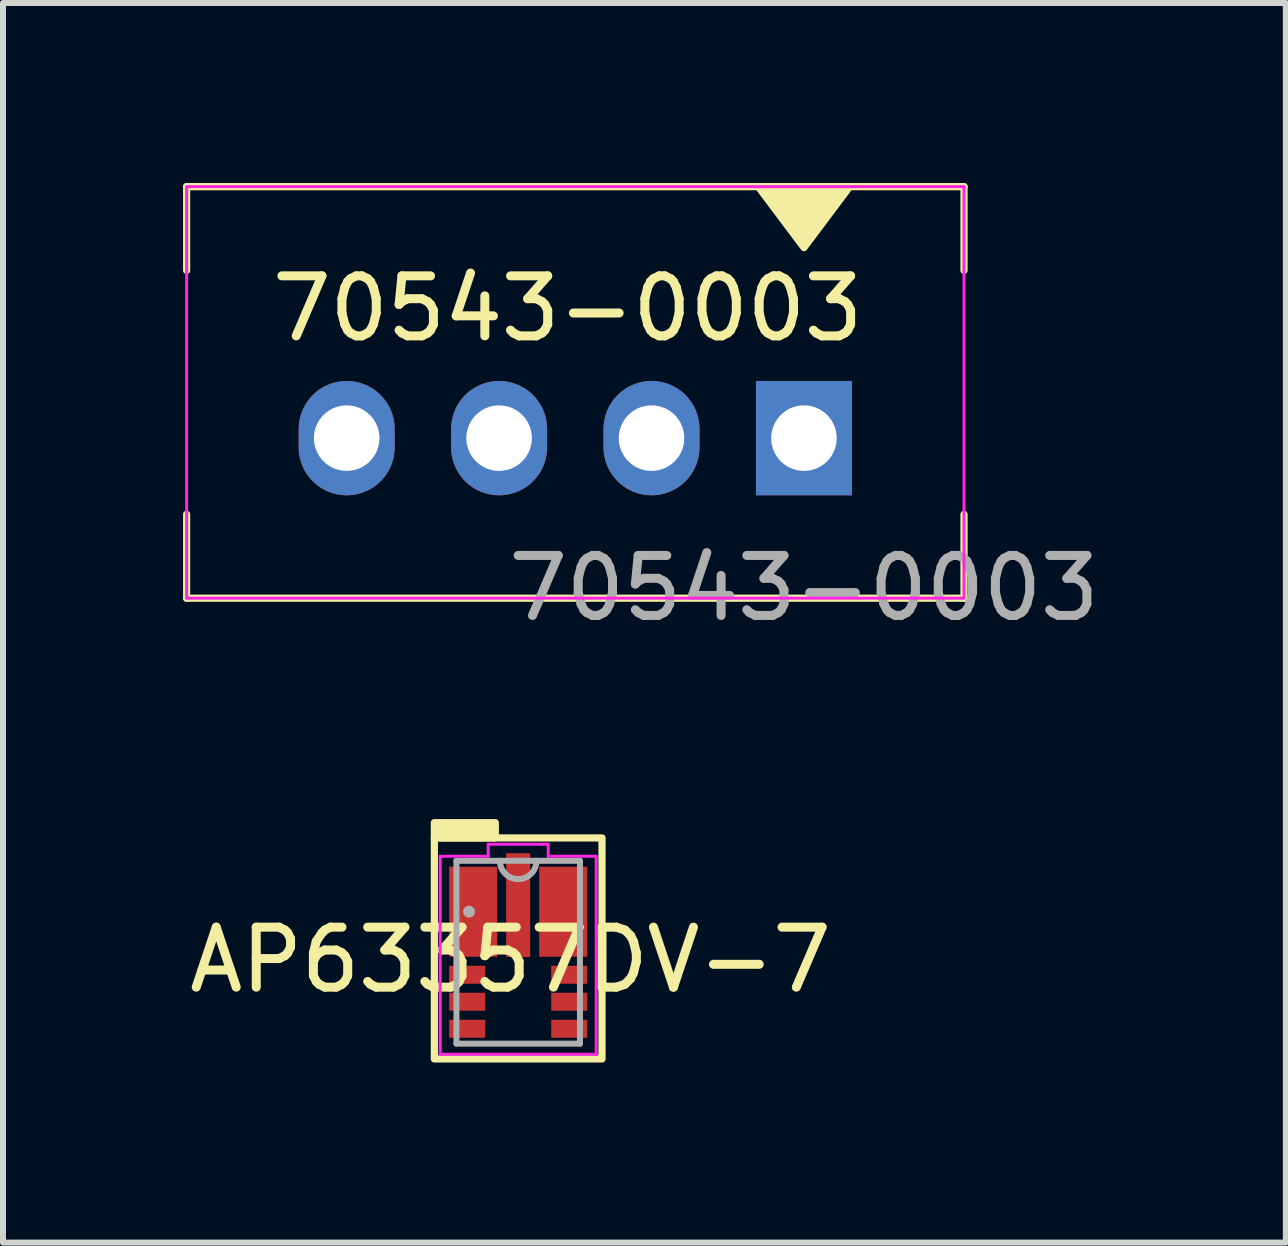
<source format=kicad_pcb>
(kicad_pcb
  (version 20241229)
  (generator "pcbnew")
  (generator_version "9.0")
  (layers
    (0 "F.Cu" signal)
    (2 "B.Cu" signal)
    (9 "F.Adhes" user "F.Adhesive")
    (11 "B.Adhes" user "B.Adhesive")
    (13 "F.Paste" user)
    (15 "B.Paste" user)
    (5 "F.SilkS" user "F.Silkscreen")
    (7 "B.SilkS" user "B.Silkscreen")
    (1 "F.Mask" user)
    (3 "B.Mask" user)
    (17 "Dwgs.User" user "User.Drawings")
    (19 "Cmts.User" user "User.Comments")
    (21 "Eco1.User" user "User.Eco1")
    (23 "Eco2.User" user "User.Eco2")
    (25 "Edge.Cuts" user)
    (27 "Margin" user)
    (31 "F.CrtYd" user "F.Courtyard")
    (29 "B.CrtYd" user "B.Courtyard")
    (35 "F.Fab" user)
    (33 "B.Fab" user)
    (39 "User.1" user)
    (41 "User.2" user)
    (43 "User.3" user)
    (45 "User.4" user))
  (footprint "70543-0003"
    (layer "F.Cu")
    (at 10.347 4.251)
    (property "Reference" "70543-0003" (at -3.937 -2.159 0) (unlocked yes) (layer "F.SilkS") (effects (font (size 1 1) (thickness 0.15))))
    (attr through_hole)
    (fp_line (start -10.287 -4.191) (end 2.667 -4.191) (stroke (width 0.12) (type solid)) (layer "F.SilkS"))
    (fp_line (start -10.287 -2.794) (end -10.287 -4.191) (stroke (width 0.12) (type solid)) (layer "F.SilkS"))
    (fp_line (start -10.287 2.667) (end -10.287 1.27) (stroke (width 0.12) (type solid)) (layer "F.SilkS"))
    (fp_line (start -10.287 2.667) (end 2.667 2.667) (stroke (width 0.12) (type solid)) (layer "F.SilkS"))
    (fp_line (start 2.667 -2.794) (end 2.667 -4.191) (stroke (width 0.12) (type solid)) (layer "F.SilkS"))
    (fp_line (start 2.667 2.667) (end 2.667 1.27) (stroke (width 0.12) (type solid)) (layer "F.SilkS"))
    (fp_poly (pts (xy 0 -3.175) (xy -0.762 -4.191) (xy 0.762 -4.191)) (stroke (width 0.12) (type solid)) (fill yes) (layer "F.SilkS"))
    (fp_rect (start -10.287 -4.191) (end 2.667 2.667) (stroke (width 0.05) (type solid)) (fill no) (layer "F.CrtYd"))
    (fp_text user "${REFERENCE}" (at 0 2.5 0) (unlocked yes) (layer "F.Fab") (effects (font (size 1 1) (thickness 0.15))))
    (pad "1" thru_hole rect (at 0 0) (size 1.6 1.905) (drill 1.092) (layers "*.Cu" "*.Mask"))
    (pad "2" thru_hole oval (at -2.54 0) (size 1.6 1.905) (drill 1.092) (layers "*.Cu" "*.Mask"))
    (pad "3" thru_hole oval (at -5.08 0) (size 1.6 1.905) (drill 1.092) (layers "*.Cu" "*.Mask"))
    (pad "4" thru_hole oval (at -7.62 0) (size 1.6 1.905) (drill 1.092) (layers "*.Cu" "*.Mask")))
  (footprint "AP63357DV-7"
    (layer "F.Cu")
    (at 5.585 12.818)
    (property "Reference" "AP63357DV-7" (at -0.127 0.127 0) (layer "F.SilkS") (effects (font (size 1 1) (thickness 0.15))))
    (attr through_hole)
    (fp_rect (start -1.397 -1.905) (end -0.381 -2.159) (stroke (width 0.12) (type solid)) (fill yes) (layer "F.SilkS"))
    (fp_rect (start -1.397 -1.905) (end 1.397 1.778) (stroke (width 0.12) (type solid)) (fill no) (layer "F.SilkS"))
    (fp_line (start -1.3 -1.6) (end -0.5 -1.6) (stroke (width 0.05) (type solid)) (layer "F.CrtYd"))
    (fp_line (start -1.3 1.7) (end -1.3 -1.6) (stroke (width 0.05) (type solid)) (layer "F.CrtYd"))
    (fp_line (start -0.5 -1.8) (end 0.4 -1.8) (stroke (width 0.05) (type solid)) (layer "F.CrtYd"))
    (fp_line (start -0.5 -1.6) (end -0.5 -1.8) (stroke (width 0.05) (type solid)) (layer "F.CrtYd"))
    (fp_line (start 0.4 -1.8) (end 0.5 -1.8) (stroke (width 0.05) (type solid)) (layer "F.CrtYd"))
    (fp_line (start 0.5 -1.8) (end 0.5 -1.6) (stroke (width 0.05) (type solid)) (layer "F.CrtYd"))
    (fp_line (start 0.5 -1.6) (end 1.3 -1.6) (stroke (width 0.05) (type solid)) (layer "F.CrtYd"))
    (fp_line (start 1.3 -1.6) (end 1.3 1.7) (stroke (width 0.05) (type solid)) (layer "F.CrtYd"))
    (fp_line (start 1.3 1.7) (end -1.3 1.7) (stroke (width 0.05) (type solid)) (layer "F.CrtYd"))
    (fp_line (start -1.029 -1.524) (end -1.029 1.524) (stroke (width 0.1) (type solid)) (layer "F.Fab"))
    (fp_line (start -1.029 1.524) (end 1.029 1.524) (stroke (width 0.1) (type solid)) (layer "F.Fab"))
    (fp_line (start 1.029 -1.524) (end -1.029 -1.524) (stroke (width 0.1) (type solid)) (layer "F.Fab"))
    (fp_line (start 1.029 1.524) (end 1.029 -1.524) (stroke (width 0.1) (type solid)) (layer "F.Fab"))
    (fp_arc (start 0.3048 -1.524) (mid 0 -1.2192) (end -0.3048 -1.524) (stroke (width 0.1) (type solid)) (layer "F.Fab"))
    (fp_circle (center -0.819 -0.676) (end -0.819 -0.676) (stroke (width 0.1) (type solid)) (fill no) (layer "F.Fab"))
    (pad "1" smd rect (at -0.75 -0.675) (size 0.8 1.5) (layers "F.Cu" "F.Mask" "F.Paste"))
    (pad "2" smd rect (at -0.85 0.375) (size 0.6 0.3) (layers "F.Cu" "F.Mask" "F.Paste"))
    (pad "3" smd rect (at -0.85 0.825) (size 0.6 0.3) (layers "F.Cu" "F.Mask" "F.Paste"))
    (pad "4" smd rect (at -0.85 1.275) (size 0.6 0.3) (layers "F.Cu" "F.Mask" "F.Paste"))
    (pad "5" smd rect (at 0.85 1.275) (size 0.6 0.3) (layers "F.Cu" "F.Mask" "F.Paste"))
    (pad "6" smd rect (at 0.85 0.825) (size 0.6 0.3) (layers "F.Cu" "F.Mask" "F.Paste"))
    (pad "7" smd rect (at 0.85 0.375) (size 0.6 0.3) (layers "F.Cu" "F.Mask" "F.Paste"))
    (pad "8" smd rect (at 0.75 -0.675) (size 0.8 1.5) (layers "F.Cu" "F.Mask" "F.Paste"))
    (pad "9" smd rect (at 0 -0.785) (size 0.4 1.73) (layers "F.Cu" "F.Mask")))
  (gr_rect
    (start -3 -3)
    (end 18.377 17.656)
    (stroke (width 0.1) (type default))
    (fill no)
    (layer "Edge.Cuts")))
</source>
